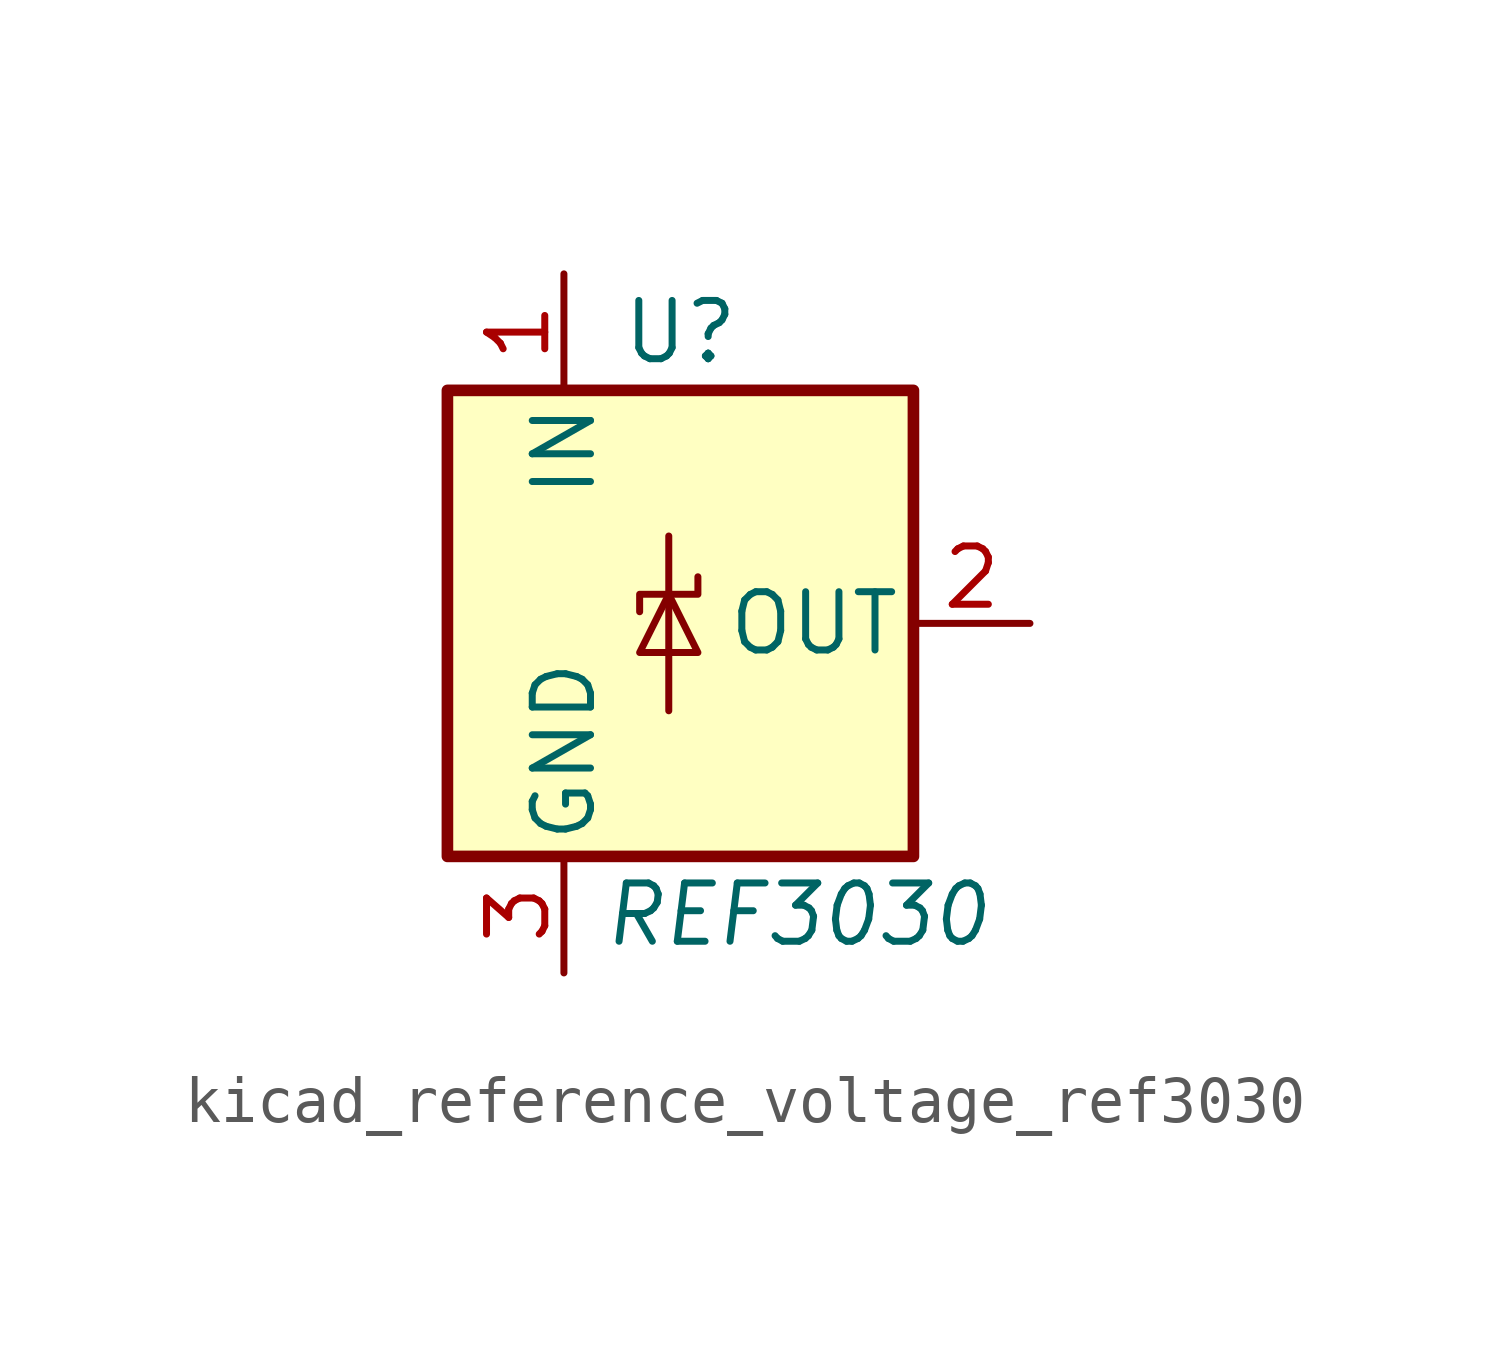
<source format=kicad_sym>
(kicad_symbol_lib
  (version 20220914)
  (generator kicad_symbol_editor)
  (symbol "kicad_reference_voltage_ref3030"
    (pin_names
      (offset 0.254))
    (property "Reference" "U"
      (at 0 6.35 0)
      (effects (font (size 1.27 1.27))))
    (property "Value" "REF3030"
      (at 2.54 -6.35 0)
      (effects (font (size 1.27 1.27) italic)))
    (symbol "kicad_reference_voltage_ref3030_0_1"
      (rectangle (start -5.08 5.08) (end 5.08 -5.08) (stroke (width 0.254) (type default)) (fill (type background)))
      (polyline (pts (xy -0.254 1.905) (xy -0.254 -1.905)) (stroke (width 0) (type default)) (fill (type none)))
      (polyline (pts (xy -0.889 -0.635) (xy 0.381 -0.635) (xy -0.254 0.635) (xy -0.889 -0.635)) (stroke (width 0) (type default)) (fill (type none)))
      (polyline (pts (xy 0.381 1.016) (xy 0.381 0.635) (xy -0.889 0.635) (xy -0.889 0.254)) (stroke (width 0) (type default)) (fill (type none))))
    (symbol "kicad_reference_voltage_ref3030_1_1"
      (pin power_in line (at -2.54 7.62 270) (length 2.54) (name "IN" (effects (font (size 1.27 1.27)))) (number "1" (effects (font (size 1.27 1.27)))))
      (pin power_out line (at 7.62 0 180) (length 2.54) (name "OUT" (effects (font (size 1.27 1.27)))) (number "2" (effects (font (size 1.27 1.27)))))
      (pin power_in line (at -2.54 -7.62 90) (length 2.54) (name "GND" (effects (font (size 1.27 1.27)))) (number "3" (effects (font (size 1.27 1.27))))))))
</source>
